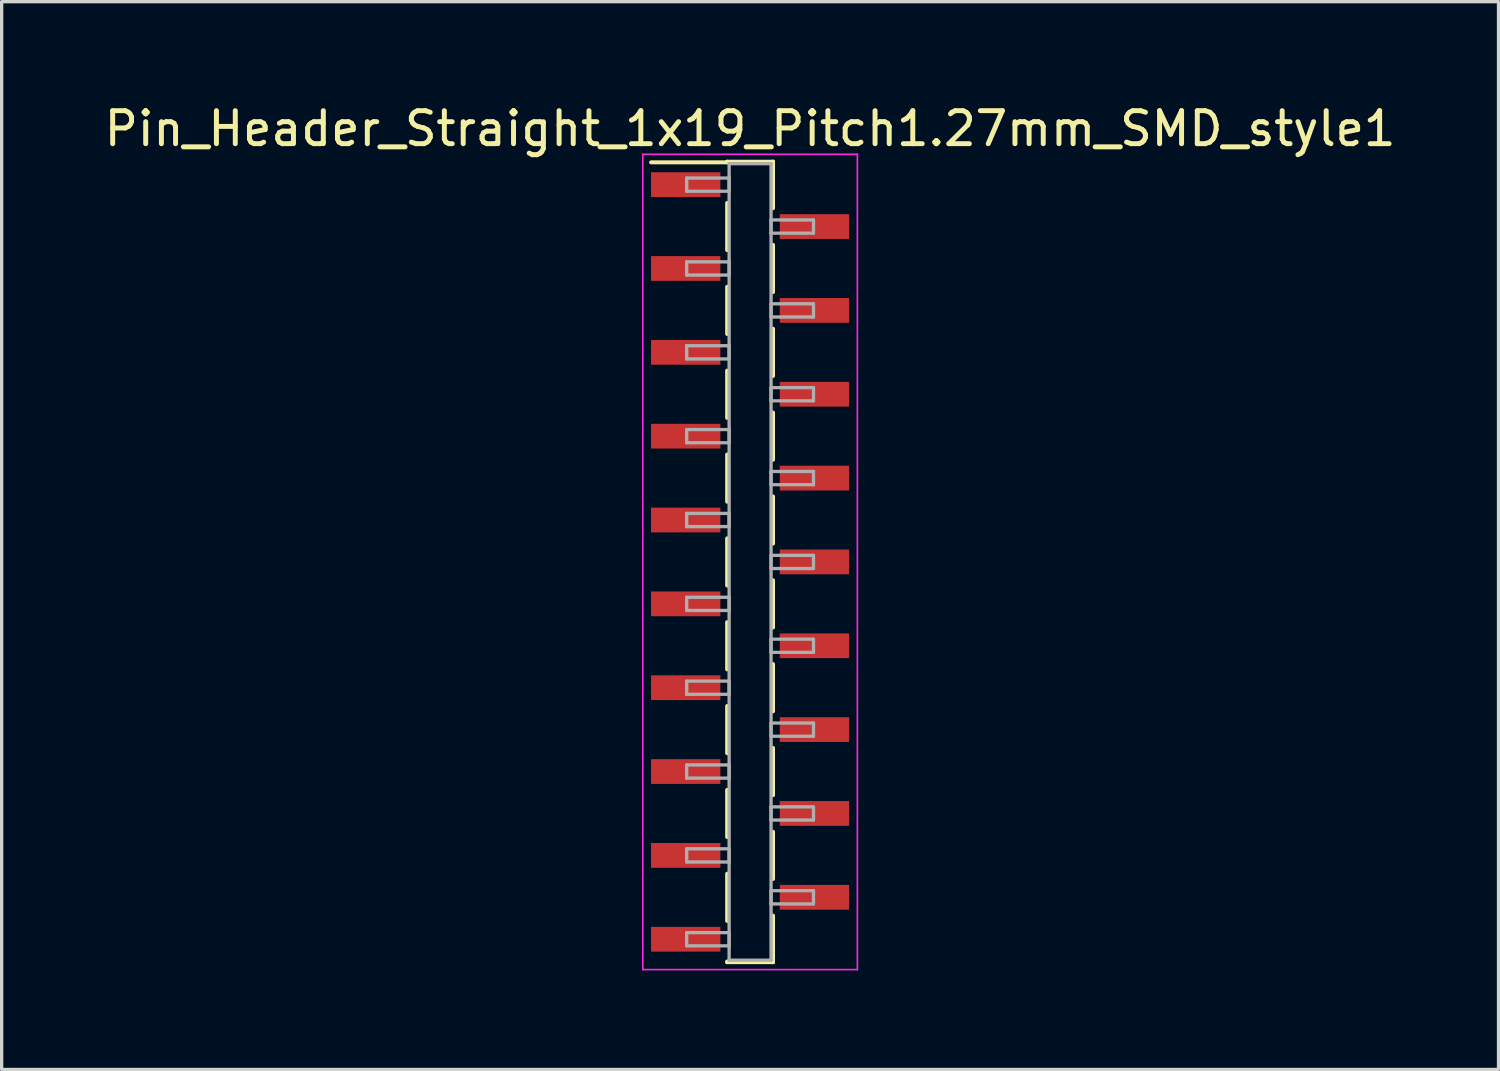
<source format=kicad_pcb>
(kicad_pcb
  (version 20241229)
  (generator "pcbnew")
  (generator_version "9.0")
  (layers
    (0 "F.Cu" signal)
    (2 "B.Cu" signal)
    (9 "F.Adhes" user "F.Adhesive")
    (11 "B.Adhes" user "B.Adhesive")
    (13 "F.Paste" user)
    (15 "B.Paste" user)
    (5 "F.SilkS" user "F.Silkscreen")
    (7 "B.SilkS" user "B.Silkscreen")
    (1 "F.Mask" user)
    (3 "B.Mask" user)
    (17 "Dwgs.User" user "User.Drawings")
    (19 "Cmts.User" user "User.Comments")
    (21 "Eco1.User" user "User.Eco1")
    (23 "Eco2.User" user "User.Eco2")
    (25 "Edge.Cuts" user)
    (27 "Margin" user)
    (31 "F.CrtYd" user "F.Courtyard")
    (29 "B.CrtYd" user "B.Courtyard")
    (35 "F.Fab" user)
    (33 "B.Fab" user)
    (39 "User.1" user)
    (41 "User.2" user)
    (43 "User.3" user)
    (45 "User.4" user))
  (footprint "Pin_Header_Straight_1x19_Pitch1.27mm_SMD_style1"
    (layer "F.Cu")
    (at 19.673 13.973)
    (property "Reference" "Pin_Header_Straight_1x19_Pitch1.27mm_SMD_style1" (at 0 -13.125 0) (layer "F.SilkS") (effects (font (size 1 1) (thickness 0.15))))
    (attr smd)
    (fp_line (start -0.695 -12.125) (end 0.695 -12.125) (stroke (width 0.12) (type solid)) (layer "F.SilkS"))
    (fp_line (start -0.695 -12.105) (end -3 -12.105) (stroke (width 0.12) (type solid)) (layer "F.SilkS"))
    (fp_line (start -0.695 -12.105) (end -0.695 -12.125) (stroke (width 0.12) (type solid)) (layer "F.SilkS"))
    (fp_line (start -0.695 -10.875) (end -0.695 -9.445) (stroke (width 0.12) (type solid)) (layer "F.SilkS"))
    (fp_line (start -0.695 -8.335) (end -0.695 -6.905) (stroke (width 0.12) (type solid)) (layer "F.SilkS"))
    (fp_line (start -0.695 -5.795) (end -0.695 -4.365) (stroke (width 0.12) (type solid)) (layer "F.SilkS"))
    (fp_line (start -0.695 -3.255) (end -0.695 -1.825) (stroke (width 0.12) (type solid)) (layer "F.SilkS"))
    (fp_line (start -0.695 -0.715) (end -0.695 0.715) (stroke (width 0.12) (type solid)) (layer "F.SilkS"))
    (fp_line (start -0.695 1.825) (end -0.695 3.255) (stroke (width 0.12) (type solid)) (layer "F.SilkS"))
    (fp_line (start -0.695 4.365) (end -0.695 5.795) (stroke (width 0.12) (type solid)) (layer "F.SilkS"))
    (fp_line (start -0.695 6.905) (end -0.695 8.335) (stroke (width 0.12) (type solid)) (layer "F.SilkS"))
    (fp_line (start -0.695 9.445) (end -0.695 10.875) (stroke (width 0.12) (type solid)) (layer "F.SilkS"))
    (fp_line (start -0.695 12.105) (end -0.695 12.125) (stroke (width 0.12) (type solid)) (layer "F.SilkS"))
    (fp_line (start -0.695 12.125) (end 0.695 12.125) (stroke (width 0.12) (type solid)) (layer "F.SilkS"))
    (fp_line (start 0.695 -12.125) (end 0.695 -12.105) (stroke (width 0.12) (type solid)) (layer "F.SilkS"))
    (fp_line (start 0.695 -12.125) (end 0.695 -10.715) (stroke (width 0.12) (type solid)) (layer "F.SilkS"))
    (fp_line (start 0.695 -9.605) (end 0.695 -8.175) (stroke (width 0.12) (type solid)) (layer "F.SilkS"))
    (fp_line (start 0.695 -7.065) (end 0.695 -5.635) (stroke (width 0.12) (type solid)) (layer "F.SilkS"))
    (fp_line (start 0.695 -4.525) (end 0.695 -3.095) (stroke (width 0.12) (type solid)) (layer "F.SilkS"))
    (fp_line (start 0.695 -1.985) (end 0.695 -0.555) (stroke (width 0.12) (type solid)) (layer "F.SilkS"))
    (fp_line (start 0.695 0.555) (end 0.695 1.985) (stroke (width 0.12) (type solid)) (layer "F.SilkS"))
    (fp_line (start 0.695 3.095) (end 0.695 4.525) (stroke (width 0.12) (type solid)) (layer "F.SilkS"))
    (fp_line (start 0.695 5.635) (end 0.695 7.065) (stroke (width 0.12) (type solid)) (layer "F.SilkS"))
    (fp_line (start 0.695 8.175) (end 0.695 9.605) (stroke (width 0.12) (type solid)) (layer "F.SilkS"))
    (fp_line (start 0.695 10.715) (end 0.695 12.125) (stroke (width 0.12) (type solid)) (layer "F.SilkS"))
    (fp_line (start 0.695 12.125) (end 0.695 12.105) (stroke (width 0.12) (type solid)) (layer "F.SilkS"))
    (fp_line (start -3.25 -12.35) (end -3.25 12.35) (stroke (width 0.05) (type solid)) (layer "F.CrtYd"))
    (fp_line (start -3.25 12.35) (end 3.25 12.35) (stroke (width 0.05) (type solid)) (layer "F.CrtYd"))
    (fp_line (start 3.25 -12.35) (end -3.25 -12.35) (stroke (width 0.05) (type solid)) (layer "F.CrtYd"))
    (fp_line (start 3.25 12.35) (end 3.25 -12.35) (stroke (width 0.05) (type solid)) (layer "F.CrtYd"))
    (fp_line (start -1.92 -11.63) (end -0.635 -11.63) (stroke (width 0.1) (type solid)) (layer "F.Fab"))
    (fp_line (start -1.92 -11.23) (end -1.92 -11.63) (stroke (width 0.1) (type solid)) (layer "F.Fab"))
    (fp_line (start -1.92 -9.09) (end -0.635 -9.09) (stroke (width 0.1) (type solid)) (layer "F.Fab"))
    (fp_line (start -1.92 -8.69) (end -1.92 -9.09) (stroke (width 0.1) (type solid)) (layer "F.Fab"))
    (fp_line (start -1.92 -6.55) (end -0.635 -6.55) (stroke (width 0.1) (type solid)) (layer "F.Fab"))
    (fp_line (start -1.92 -6.15) (end -1.92 -6.55) (stroke (width 0.1) (type solid)) (layer "F.Fab"))
    (fp_line (start -1.92 -4.01) (end -0.635 -4.01) (stroke (width 0.1) (type solid)) (layer "F.Fab"))
    (fp_line (start -1.92 -3.61) (end -1.92 -4.01) (stroke (width 0.1) (type solid)) (layer "F.Fab"))
    (fp_line (start -1.92 -1.47) (end -0.635 -1.47) (stroke (width 0.1) (type solid)) (layer "F.Fab"))
    (fp_line (start -1.92 -1.07) (end -1.92 -1.47) (stroke (width 0.1) (type solid)) (layer "F.Fab"))
    (fp_line (start -1.92 1.07) (end -0.635 1.07) (stroke (width 0.1) (type solid)) (layer "F.Fab"))
    (fp_line (start -1.92 1.47) (end -1.92 1.07) (stroke (width 0.1) (type solid)) (layer "F.Fab"))
    (fp_line (start -1.92 3.61) (end -0.635 3.61) (stroke (width 0.1) (type solid)) (layer "F.Fab"))
    (fp_line (start -1.92 4.01) (end -1.92 3.61) (stroke (width 0.1) (type solid)) (layer "F.Fab"))
    (fp_line (start -1.92 6.15) (end -0.635 6.15) (stroke (width 0.1) (type solid)) (layer "F.Fab"))
    (fp_line (start -1.92 6.55) (end -1.92 6.15) (stroke (width 0.1) (type solid)) (layer "F.Fab"))
    (fp_line (start -1.92 8.69) (end -0.635 8.69) (stroke (width 0.1) (type solid)) (layer "F.Fab"))
    (fp_line (start -1.92 9.09) (end -1.92 8.69) (stroke (width 0.1) (type solid)) (layer "F.Fab"))
    (fp_line (start -1.92 11.23) (end -0.635 11.23) (stroke (width 0.1) (type solid)) (layer "F.Fab"))
    (fp_line (start -1.92 11.63) (end -1.92 11.23) (stroke (width 0.1) (type solid)) (layer "F.Fab"))
    (fp_line (start -0.635 -12.065) (end -0.635 12.065) (stroke (width 0.1) (type solid)) (layer "F.Fab"))
    (fp_line (start -0.635 -11.63) (end -0.635 -11.23) (stroke (width 0.1) (type solid)) (layer "F.Fab"))
    (fp_line (start -0.635 -11.23) (end -1.92 -11.23) (stroke (width 0.1) (type solid)) (layer "F.Fab"))
    (fp_line (start -0.635 -9.09) (end -0.635 -8.69) (stroke (width 0.1) (type solid)) (layer "F.Fab"))
    (fp_line (start -0.635 -8.69) (end -1.92 -8.69) (stroke (width 0.1) (type solid)) (layer "F.Fab"))
    (fp_line (start -0.635 -6.55) (end -0.635 -6.15) (stroke (width 0.1) (type solid)) (layer "F.Fab"))
    (fp_line (start -0.635 -6.15) (end -1.92 -6.15) (stroke (width 0.1) (type solid)) (layer "F.Fab"))
    (fp_line (start -0.635 -4.01) (end -0.635 -3.61) (stroke (width 0.1) (type solid)) (layer "F.Fab"))
    (fp_line (start -0.635 -3.61) (end -1.92 -3.61) (stroke (width 0.1) (type solid)) (layer "F.Fab"))
    (fp_line (start -0.635 -1.47) (end -0.635 -1.07) (stroke (width 0.1) (type solid)) (layer "F.Fab"))
    (fp_line (start -0.635 -1.07) (end -1.92 -1.07) (stroke (width 0.1) (type solid)) (layer "F.Fab"))
    (fp_line (start -0.635 1.07) (end -0.635 1.47) (stroke (width 0.1) (type solid)) (layer "F.Fab"))
    (fp_line (start -0.635 1.47) (end -1.92 1.47) (stroke (width 0.1) (type solid)) (layer "F.Fab"))
    (fp_line (start -0.635 3.61) (end -0.635 4.01) (stroke (width 0.1) (type solid)) (layer "F.Fab"))
    (fp_line (start -0.635 4.01) (end -1.92 4.01) (stroke (width 0.1) (type solid)) (layer "F.Fab"))
    (fp_line (start -0.635 6.15) (end -0.635 6.55) (stroke (width 0.1) (type solid)) (layer "F.Fab"))
    (fp_line (start -0.635 6.55) (end -1.92 6.55) (stroke (width 0.1) (type solid)) (layer "F.Fab"))
    (fp_line (start -0.635 8.69) (end -0.635 9.09) (stroke (width 0.1) (type solid)) (layer "F.Fab"))
    (fp_line (start -0.635 9.09) (end -1.92 9.09) (stroke (width 0.1) (type solid)) (layer "F.Fab"))
    (fp_line (start -0.635 11.23) (end -0.635 11.63) (stroke (width 0.1) (type solid)) (layer "F.Fab"))
    (fp_line (start -0.635 11.63) (end -1.92 11.63) (stroke (width 0.1) (type solid)) (layer "F.Fab"))
    (fp_line (start -0.635 12.065) (end 0.635 12.065) (stroke (width 0.1) (type solid)) (layer "F.Fab"))
    (fp_line (start 0.635 -12.065) (end -0.635 -12.065) (stroke (width 0.1) (type solid)) (layer "F.Fab"))
    (fp_line (start 0.635 -10.36) (end 0.635 -9.96) (stroke (width 0.1) (type solid)) (layer "F.Fab"))
    (fp_line (start 0.635 -9.96) (end 1.92 -9.96) (stroke (width 0.1) (type solid)) (layer "F.Fab"))
    (fp_line (start 0.635 -7.82) (end 0.635 -7.42) (stroke (width 0.1) (type solid)) (layer "F.Fab"))
    (fp_line (start 0.635 -7.42) (end 1.92 -7.42) (stroke (width 0.1) (type solid)) (layer "F.Fab"))
    (fp_line (start 0.635 -5.28) (end 0.635 -4.88) (stroke (width 0.1) (type solid)) (layer "F.Fab"))
    (fp_line (start 0.635 -4.88) (end 1.92 -4.88) (stroke (width 0.1) (type solid)) (layer "F.Fab"))
    (fp_line (start 0.635 -2.74) (end 0.635 -2.34) (stroke (width 0.1) (type solid)) (layer "F.Fab"))
    (fp_line (start 0.635 -2.34) (end 1.92 -2.34) (stroke (width 0.1) (type solid)) (layer "F.Fab"))
    (fp_line (start 0.635 -0.2) (end 0.635 0.2) (stroke (width 0.1) (type solid)) (layer "F.Fab"))
    (fp_line (start 0.635 0.2) (end 1.92 0.2) (stroke (width 0.1) (type solid)) (layer "F.Fab"))
    (fp_line (start 0.635 2.34) (end 0.635 2.74) (stroke (width 0.1) (type solid)) (layer "F.Fab"))
    (fp_line (start 0.635 2.74) (end 1.92 2.74) (stroke (width 0.1) (type solid)) (layer "F.Fab"))
    (fp_line (start 0.635 4.88) (end 0.635 5.28) (stroke (width 0.1) (type solid)) (layer "F.Fab"))
    (fp_line (start 0.635 5.28) (end 1.92 5.28) (stroke (width 0.1) (type solid)) (layer "F.Fab"))
    (fp_line (start 0.635 7.42) (end 0.635 7.82) (stroke (width 0.1) (type solid)) (layer "F.Fab"))
    (fp_line (start 0.635 7.82) (end 1.92 7.82) (stroke (width 0.1) (type solid)) (layer "F.Fab"))
    (fp_line (start 0.635 9.96) (end 0.635 10.36) (stroke (width 0.1) (type solid)) (layer "F.Fab"))
    (fp_line (start 0.635 10.36) (end 1.92 10.36) (stroke (width 0.1) (type solid)) (layer "F.Fab"))
    (fp_line (start 0.635 12.065) (end 0.635 -12.065) (stroke (width 0.1) (type solid)) (layer "F.Fab"))
    (fp_line (start 1.92 -10.36) (end 0.635 -10.36) (stroke (width 0.1) (type solid)) (layer "F.Fab"))
    (fp_line (start 1.92 -9.96) (end 1.92 -10.36) (stroke (width 0.1) (type solid)) (layer "F.Fab"))
    (fp_line (start 1.92 -7.82) (end 0.635 -7.82) (stroke (width 0.1) (type solid)) (layer "F.Fab"))
    (fp_line (start 1.92 -7.42) (end 1.92 -7.82) (stroke (width 0.1) (type solid)) (layer "F.Fab"))
    (fp_line (start 1.92 -5.28) (end 0.635 -5.28) (stroke (width 0.1) (type solid)) (layer "F.Fab"))
    (fp_line (start 1.92 -4.88) (end 1.92 -5.28) (stroke (width 0.1) (type solid)) (layer "F.Fab"))
    (fp_line (start 1.92 -2.74) (end 0.635 -2.74) (stroke (width 0.1) (type solid)) (layer "F.Fab"))
    (fp_line (start 1.92 -2.34) (end 1.92 -2.74) (stroke (width 0.1) (type solid)) (layer "F.Fab"))
    (fp_line (start 1.92 -0.2) (end 0.635 -0.2) (stroke (width 0.1) (type solid)) (layer "F.Fab"))
    (fp_line (start 1.92 0.2) (end 1.92 -0.2) (stroke (width 0.1) (type solid)) (layer "F.Fab"))
    (fp_line (start 1.92 2.34) (end 0.635 2.34) (stroke (width 0.1) (type solid)) (layer "F.Fab"))
    (fp_line (start 1.92 2.74) (end 1.92 2.34) (stroke (width 0.1) (type solid)) (layer "F.Fab"))
    (fp_line (start 1.92 4.88) (end 0.635 4.88) (stroke (width 0.1) (type solid)) (layer "F.Fab"))
    (fp_line (start 1.92 5.28) (end 1.92 4.88) (stroke (width 0.1) (type solid)) (layer "F.Fab"))
    (fp_line (start 1.92 7.42) (end 0.635 7.42) (stroke (width 0.1) (type solid)) (layer "F.Fab"))
    (fp_line (start 1.92 7.82) (end 1.92 7.42) (stroke (width 0.1) (type solid)) (layer "F.Fab"))
    (fp_line (start 1.92 9.96) (end 0.635 9.96) (stroke (width 0.1) (type solid)) (layer "F.Fab"))
    (fp_line (start 1.92 10.36) (end 1.92 9.96) (stroke (width 0.1) (type solid)) (layer "F.Fab"))
    (pad "1" smd rect (at -1.95 -11.43) (size 2.1 0.75) (layers "F.Cu" "F.Mask"))
    (pad "2" smd rect (at 1.95 -10.16) (size 2.1 0.75) (layers "F.Cu" "F.Mask"))
    (pad "3" smd rect (at -1.95 -8.89) (size 2.1 0.75) (layers "F.Cu" "F.Mask"))
    (pad "4" smd rect (at 1.95 -7.62) (size 2.1 0.75) (layers "F.Cu" "F.Mask"))
    (pad "5" smd rect (at -1.95 -6.35) (size 2.1 0.75) (layers "F.Cu" "F.Mask"))
    (pad "6" smd rect (at 1.95 -5.08) (size 2.1 0.75) (layers "F.Cu" "F.Mask"))
    (pad "7" smd rect (at -1.95 -3.81) (size 2.1 0.75) (layers "F.Cu" "F.Mask"))
    (pad "8" smd rect (at 1.95 -2.54) (size 2.1 0.75) (layers "F.Cu" "F.Mask"))
    (pad "9" smd rect (at -1.95 -1.27) (size 2.1 0.75) (layers "F.Cu" "F.Mask"))
    (pad "10" smd rect (at 1.95 0) (size 2.1 0.75) (layers "F.Cu" "F.Mask"))
    (pad "11" smd rect (at -1.95 1.27) (size 2.1 0.75) (layers "F.Cu" "F.Mask"))
    (pad "12" smd rect (at 1.95 2.54) (size 2.1 0.75) (layers "F.Cu" "F.Mask"))
    (pad "13" smd rect (at -1.95 3.81) (size 2.1 0.75) (layers "F.Cu" "F.Mask"))
    (pad "14" smd rect (at 1.95 5.08) (size 2.1 0.75) (layers "F.Cu" "F.Mask"))
    (pad "15" smd rect (at -1.95 6.35) (size 2.1 0.75) (layers "F.Cu" "F.Mask"))
    (pad "16" smd rect (at 1.95 7.62) (size 2.1 0.75) (layers "F.Cu" "F.Mask"))
    (pad "17" smd rect (at -1.95 8.89) (size 2.1 0.75) (layers "F.Cu" "F.Mask"))
    (pad "18" smd rect (at 1.95 10.16) (size 2.1 0.75) (layers "F.Cu" "F.Mask"))
    (pad "19" smd rect (at -1.95 11.43) (size 2.1 0.75) (layers "F.Cu" "F.Mask")))
  (gr_rect
    (start -3 -3)
    (end 42.345 29.348)
    (stroke (width 0.1) (type default))
    (fill no)
    (layer "Edge.Cuts")))
</source>
